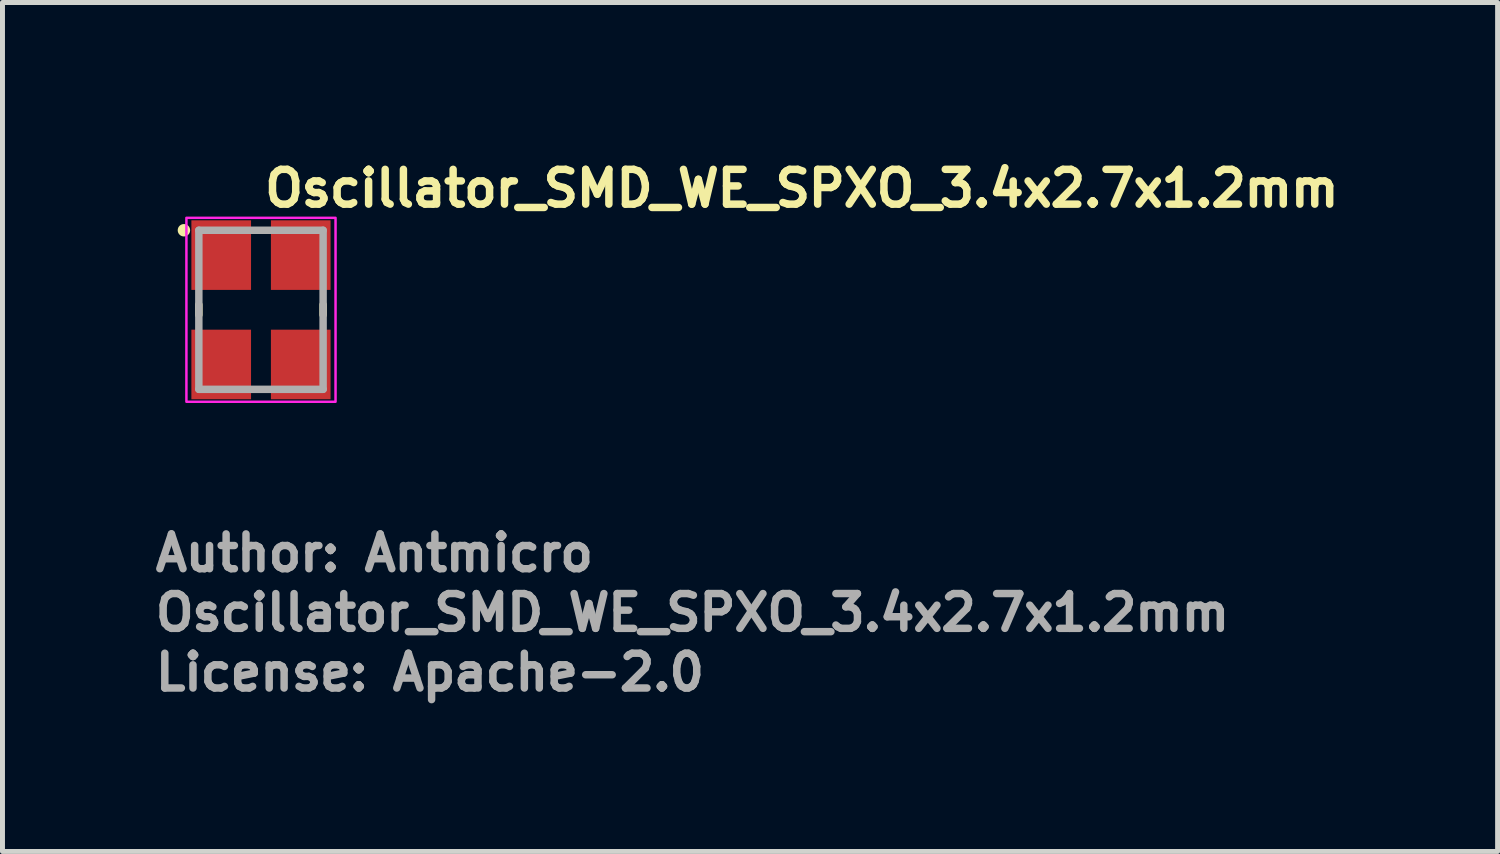
<source format=kicad_pcb>
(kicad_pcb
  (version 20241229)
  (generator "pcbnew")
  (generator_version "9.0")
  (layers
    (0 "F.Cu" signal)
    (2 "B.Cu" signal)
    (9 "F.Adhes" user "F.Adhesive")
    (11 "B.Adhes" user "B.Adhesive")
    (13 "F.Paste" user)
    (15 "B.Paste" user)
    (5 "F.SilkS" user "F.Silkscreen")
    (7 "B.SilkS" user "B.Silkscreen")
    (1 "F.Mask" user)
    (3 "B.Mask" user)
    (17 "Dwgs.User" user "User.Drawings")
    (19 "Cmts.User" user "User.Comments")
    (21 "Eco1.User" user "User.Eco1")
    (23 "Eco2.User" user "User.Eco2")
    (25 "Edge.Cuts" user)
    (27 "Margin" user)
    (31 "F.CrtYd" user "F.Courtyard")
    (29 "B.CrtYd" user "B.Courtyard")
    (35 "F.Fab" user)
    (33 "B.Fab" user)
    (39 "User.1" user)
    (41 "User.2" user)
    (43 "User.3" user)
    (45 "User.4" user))
  (footprint "Oscillator_SMD_WE_SPXO_3.4x2.7x1.2mm"
    (layer "F.Cu")
    (at 2.2 3.182)
    (property "Reference" "Oscillator_SMD_WE_SPXO_3.4x2.7x1.2mm" (at 0 -2.032 0) (unlocked yes) (layer "F.SilkS") (effects (font (size 0.7 0.7) (thickness 0.15)) (justify left bottom)))
    (attr smd)
    (fp_line (start -1.25 -0.102) (end -1.25 0.102) (stroke (width 0.15) (type solid)) (layer "F.SilkS"))
    (fp_line (start 1.25 -0.102) (end 1.25 0.102) (stroke (width 0.15) (type solid)) (layer "F.SilkS"))
    (fp_circle (center -1.55 -1.6) (end -1.5 -1.6) (stroke (width 0.15) (type solid)) (fill yes) (layer "F.SilkS"))
    (fp_rect (start 1.5 -1.85) (end -1.5 1.85) (stroke (width 0.05) (type solid)) (fill no) (layer "F.CrtYd"))
    (fp_line (start -1.25 -1.6) (end -1.25 1.6) (stroke (width 0.15) (type solid)) (layer "F.Fab"))
    (fp_line (start 1.25 -1.6) (end -1.25 -1.6) (stroke (width 0.15) (type solid)) (layer "F.Fab"))
    (fp_line (start 1.25 -1.6) (end 1.25 1.6) (stroke (width 0.15) (type solid)) (layer "F.Fab"))
    (fp_line (start 1.25 1.6) (end -1.25 1.6) (stroke (width 0.15) (type solid)) (layer "F.Fab"))
    (fp_rect (start 1.25 -1.6) (end -1.25 1.6) (stroke (width 0.1) (type solid)) (fill no) (layer "User.5"))
    (fp_line (start -1.25 -1.475) (end -1.25 1.475) (stroke (width 0.02) (type solid)) (layer "User.9"))
    (fp_line (start -1.25 -1.475) (end -1.244 -1.475) (stroke (width 0.02) (type solid)) (layer "User.9"))
    (fp_line (start -1.244 -1.475) (end -1.238 -1.476) (stroke (width 0.02) (type solid)) (layer "User.9"))
    (fp_line (start -1.244 1.475) (end -1.25 1.475) (stroke (width 0.02) (type solid)) (layer "User.9"))
    (fp_line (start -1.238 -1.476) (end -1.232 -1.476) (stroke (width 0.02) (type solid)) (layer "User.9"))
    (fp_line (start -1.238 1.476) (end -1.244 1.475) (stroke (width 0.02) (type solid)) (layer "User.9"))
    (fp_line (start -1.232 -1.476) (end -1.226 -1.477) (stroke (width 0.02) (type solid)) (layer "User.9"))
    (fp_line (start -1.232 1.476) (end -1.238 1.476) (stroke (width 0.02) (type solid)) (layer "User.9"))
    (fp_line (start -1.226 -1.477) (end -1.22 -1.479) (stroke (width 0.02) (type solid)) (layer "User.9"))
    (fp_line (start -1.226 1.477) (end -1.232 1.476) (stroke (width 0.02) (type solid)) (layer "User.9"))
    (fp_line (start -1.22 -1.479) (end -1.214 -1.48) (stroke (width 0.02) (type solid)) (layer "User.9"))
    (fp_line (start -1.22 1.479) (end -1.226 1.477) (stroke (width 0.02) (type solid)) (layer "User.9"))
    (fp_line (start -1.214 -1.48) (end -1.208 -1.482) (stroke (width 0.02) (type solid)) (layer "User.9"))
    (fp_line (start -1.214 1.48) (end -1.22 1.479) (stroke (width 0.02) (type solid)) (layer "User.9"))
    (fp_line (start -1.208 -1.482) (end -1.202 -1.485) (stroke (width 0.02) (type solid)) (layer "User.9"))
    (fp_line (start -1.208 1.482) (end -1.214 1.48) (stroke (width 0.02) (type solid)) (layer "User.9"))
    (fp_line (start -1.202 -1.485) (end -1.197 -1.487) (stroke (width 0.02) (type solid)) (layer "User.9"))
    (fp_line (start -1.202 1.485) (end -1.208 1.482) (stroke (width 0.02) (type solid)) (layer "User.9"))
    (fp_line (start -1.197 -1.487) (end -1.191 -1.49) (stroke (width 0.02) (type solid)) (layer "User.9"))
    (fp_line (start -1.197 1.487) (end -1.202 1.485) (stroke (width 0.02) (type solid)) (layer "User.9"))
    (fp_line (start -1.191 -1.49) (end -1.186 -1.493) (stroke (width 0.02) (type solid)) (layer "User.9"))
    (fp_line (start -1.191 1.49) (end -1.197 1.487) (stroke (width 0.02) (type solid)) (layer "User.9"))
    (fp_line (start -1.186 -1.493) (end -1.181 -1.496) (stroke (width 0.02) (type solid)) (layer "User.9"))
    (fp_line (start -1.186 1.493) (end -1.191 1.49) (stroke (width 0.02) (type solid)) (layer "User.9"))
    (fp_line (start -1.181 -1.496) (end -1.176 -1.5) (stroke (width 0.02) (type solid)) (layer "User.9"))
    (fp_line (start -1.181 1.496) (end -1.186 1.493) (stroke (width 0.02) (type solid)) (layer "User.9"))
    (fp_line (start -1.176 -1.5) (end -1.171 -1.503) (stroke (width 0.02) (type solid)) (layer "User.9"))
    (fp_line (start -1.176 1.5) (end -1.181 1.496) (stroke (width 0.02) (type solid)) (layer "User.9"))
    (fp_line (start -1.171 -1.503) (end -1.166 -1.507) (stroke (width 0.02) (type solid)) (layer "User.9"))
    (fp_line (start -1.171 1.503) (end -1.176 1.5) (stroke (width 0.02) (type solid)) (layer "User.9"))
    (fp_line (start -1.166 -1.507) (end -1.162 -1.512) (stroke (width 0.02) (type solid)) (layer "User.9"))
    (fp_line (start -1.166 1.507) (end -1.171 1.503) (stroke (width 0.02) (type solid)) (layer "User.9"))
    (fp_line (start -1.162 -1.512) (end -1.162 -1.512) (stroke (width 0.02) (type solid)) (layer "User.9"))
    (fp_line (start -1.162 -1.512) (end -1.157 -1.516) (stroke (width 0.02) (type solid)) (layer "User.9"))
    (fp_line (start -1.162 1.512) (end -1.166 1.507) (stroke (width 0.02) (type solid)) (layer "User.9"))
    (fp_line (start -1.162 1.512) (end -1.162 1.512) (stroke (width 0.02) (type solid)) (layer "User.9"))
    (fp_line (start -1.157 -1.516) (end -1.153 -1.521) (stroke (width 0.02) (type solid)) (layer "User.9"))
    (fp_line (start -1.157 1.516) (end -1.162 1.512) (stroke (width 0.02) (type solid)) (layer "User.9"))
    (fp_line (start -1.153 -1.521) (end -1.15 -1.526) (stroke (width 0.02) (type solid)) (layer "User.9"))
    (fp_line (start -1.153 1.521) (end -1.157 1.516) (stroke (width 0.02) (type solid)) (layer "User.9"))
    (fp_line (start -1.15 -1.526) (end -1.146 -1.531) (stroke (width 0.02) (type solid)) (layer "User.9"))
    (fp_line (start -1.15 -1.41) (end -1.15 -1.405) (stroke (width 0.02) (type solid)) (layer "User.9"))
    (fp_line (start -1.15 -1.405) (end -1.15 -1.4) (stroke (width 0.02) (type solid)) (layer "User.9"))
    (fp_line (start -1.15 -1.4) (end -1.15 1.4) (stroke (width 0.02) (type solid)) (layer "User.9"))
    (fp_line (start -1.15 1.4) (end -1.15 1.405) (stroke (width 0.02) (type solid)) (layer "User.9"))
    (fp_line (start -1.15 1.405) (end -1.15 1.41) (stroke (width 0.02) (type solid)) (layer "User.9"))
    (fp_line (start -1.15 1.41) (end -1.149 1.415) (stroke (width 0.02) (type solid)) (layer "User.9"))
    (fp_line (start -1.15 1.526) (end -1.153 1.521) (stroke (width 0.02) (type solid)) (layer "User.9"))
    (fp_line (start -1.149 -1.415) (end -1.15 -1.41) (stroke (width 0.02) (type solid)) (layer "User.9"))
    (fp_line (start -1.149 1.415) (end -1.148 1.42) (stroke (width 0.02) (type solid)) (layer "User.9"))
    (fp_line (start -1.148 -1.42) (end -1.149 -1.415) (stroke (width 0.02) (type solid)) (layer "User.9"))
    (fp_line (start -1.148 1.42) (end -1.147 1.424) (stroke (width 0.02) (type solid)) (layer "User.9"))
    (fp_line (start -1.147 -1.424) (end -1.148 -1.42) (stroke (width 0.02) (type solid)) (layer "User.9"))
    (fp_line (start -1.147 1.424) (end -1.146 1.429) (stroke (width 0.02) (type solid)) (layer "User.9"))
    (fp_line (start -1.146 -1.531) (end -1.143 -1.536) (stroke (width 0.02) (type solid)) (layer "User.9"))
    (fp_line (start -1.146 -1.429) (end -1.147 -1.424) (stroke (width 0.02) (type solid)) (layer "User.9"))
    (fp_line (start -1.146 1.429) (end -1.144 1.434) (stroke (width 0.02) (type solid)) (layer "User.9"))
    (fp_line (start -1.146 1.531) (end -1.15 1.526) (stroke (width 0.02) (type solid)) (layer "User.9"))
    (fp_line (start -1.144 -1.434) (end -1.146 -1.429) (stroke (width 0.02) (type solid)) (layer "User.9"))
    (fp_line (start -1.144 1.434) (end -1.142 1.438) (stroke (width 0.02) (type solid)) (layer "User.9"))
    (fp_line (start -1.143 -1.536) (end -1.14 -1.541) (stroke (width 0.02) (type solid)) (layer "User.9"))
    (fp_line (start -1.143 1.536) (end -1.146 1.531) (stroke (width 0.02) (type solid)) (layer "User.9"))
    (fp_line (start -1.142 -1.438) (end -1.144 -1.434) (stroke (width 0.02) (type solid)) (layer "User.9"))
    (fp_line (start -1.142 1.438) (end -1.14 1.443) (stroke (width 0.02) (type solid)) (layer "User.9"))
    (fp_line (start -1.14 -1.541) (end -1.137 -1.547) (stroke (width 0.02) (type solid)) (layer "User.9"))
    (fp_line (start -1.14 -1.443) (end -1.142 -1.438) (stroke (width 0.02) (type solid)) (layer "User.9"))
    (fp_line (start -1.14 1.443) (end -1.138 1.447) (stroke (width 0.02) (type solid)) (layer "User.9"))
    (fp_line (start -1.14 1.541) (end -1.143 1.536) (stroke (width 0.02) (type solid)) (layer "User.9"))
    (fp_line (start -1.138 -1.447) (end -1.14 -1.443) (stroke (width 0.02) (type solid)) (layer "User.9"))
    (fp_line (start -1.138 1.447) (end -1.136 1.451) (stroke (width 0.02) (type solid)) (layer "User.9"))
    (fp_line (start -1.137 -1.547) (end -1.135 -1.552) (stroke (width 0.02) (type solid)) (layer "User.9"))
    (fp_line (start -1.137 1.547) (end -1.14 1.541) (stroke (width 0.02) (type solid)) (layer "User.9"))
    (fp_line (start -1.136 -1.451) (end -1.138 -1.447) (stroke (width 0.02) (type solid)) (layer "User.9"))
    (fp_line (start -1.136 1.451) (end -1.133 1.455) (stroke (width 0.02) (type solid)) (layer "User.9"))
    (fp_line (start -1.135 -1.552) (end -1.132 -1.558) (stroke (width 0.02) (type solid)) (layer "User.9"))
    (fp_line (start -1.135 1.552) (end -1.137 1.547) (stroke (width 0.02) (type solid)) (layer "User.9"))
    (fp_line (start -1.133 -1.455) (end -1.136 -1.451) (stroke (width 0.02) (type solid)) (layer "User.9"))
    (fp_line (start -1.133 1.455) (end -1.13 1.459) (stroke (width 0.02) (type solid)) (layer "User.9"))
    (fp_line (start -1.132 -1.558) (end -1.13 -1.564) (stroke (width 0.02) (type solid)) (layer "User.9"))
    (fp_line (start -1.132 1.558) (end -1.135 1.552) (stroke (width 0.02) (type solid)) (layer "User.9"))
    (fp_line (start -1.13 -1.564) (end -1.129 -1.57) (stroke (width 0.02) (type solid)) (layer "User.9"))
    (fp_line (start -1.13 -1.459) (end -1.133 -1.455) (stroke (width 0.02) (type solid)) (layer "User.9"))
    (fp_line (start -1.13 1.459) (end -1.127 1.463) (stroke (width 0.02) (type solid)) (layer "User.9"))
    (fp_line (start -1.13 1.564) (end -1.132 1.558) (stroke (width 0.02) (type solid)) (layer "User.9"))
    (fp_line (start -1.129 -1.57) (end -1.127 -1.575) (stroke (width 0.02) (type solid)) (layer "User.9"))
    (fp_line (start -1.129 1.57) (end -1.13 1.564) (stroke (width 0.02) (type solid)) (layer "User.9"))
    (fp_line (start -1.127 -1.575) (end -1.126 -1.582) (stroke (width 0.02) (type solid)) (layer "User.9"))
    (fp_line (start -1.127 -1.463) (end -1.13 -1.459) (stroke (width 0.02) (type solid)) (layer "User.9"))
    (fp_line (start -1.127 1.463) (end -1.124 1.467) (stroke (width 0.02) (type solid)) (layer "User.9"))
    (fp_line (start -1.127 1.575) (end -1.129 1.57) (stroke (width 0.02) (type solid)) (layer "User.9"))
    (fp_line (start -1.126 -1.588) (end -1.125 -1.594) (stroke (width 0.02) (type solid)) (layer "User.9"))
    (fp_line (start -1.126 -1.582) (end -1.126 -1.588) (stroke (width 0.02) (type solid)) (layer "User.9"))
    (fp_line (start -1.126 1.582) (end -1.127 1.575) (stroke (width 0.02) (type solid)) (layer "User.9"))
    (fp_line (start -1.126 1.588) (end -1.126 1.582) (stroke (width 0.02) (type solid)) (layer "User.9"))
    (fp_line (start -1.125 -1.6) (end -0.55 -1.6) (stroke (width 0.02) (type solid)) (layer "User.9"))
    (fp_line (start -1.125 -1.594) (end -1.125 -1.6) (stroke (width 0.02) (type solid)) (layer "User.9"))
    (fp_line (start -1.125 1.594) (end -1.126 1.588) (stroke (width 0.02) (type solid)) (layer "User.9"))
    (fp_line (start -1.125 1.6) (end -1.125 1.594) (stroke (width 0.02) (type solid)) (layer "User.9"))
    (fp_line (start -1.125 1.6) (end -0.55 1.6) (stroke (width 0.02) (type solid)) (layer "User.9"))
    (fp_line (start -1.124 -1.467) (end -1.127 -1.463) (stroke (width 0.02) (type solid)) (layer "User.9"))
    (fp_line (start -1.124 1.467) (end -1.121 1.471) (stroke (width 0.02) (type solid)) (layer "User.9"))
    (fp_line (start -1.121 -1.471) (end -1.124 -1.467) (stroke (width 0.02) (type solid)) (layer "User.9"))
    (fp_line (start -1.121 -1.471) (end -1.121 -1.471) (stroke (width 0.02) (type solid)) (layer "User.9"))
    (fp_line (start -1.121 1.471) (end -1.121 1.471) (stroke (width 0.02) (type solid)) (layer "User.9"))
    (fp_line (start -1.121 1.471) (end -1.117 1.474) (stroke (width 0.02) (type solid)) (layer "User.9"))
    (fp_line (start -1.117 -1.474) (end -1.121 -1.471) (stroke (width 0.02) (type solid)) (layer "User.9"))
    (fp_line (start -1.117 1.474) (end -1.113 1.477) (stroke (width 0.02) (type solid)) (layer "User.9"))
    (fp_line (start -1.113 -1.477) (end -1.117 -1.474) (stroke (width 0.02) (type solid)) (layer "User.9"))
    (fp_line (start -1.113 1.477) (end -1.109 1.48) (stroke (width 0.02) (type solid)) (layer "User.9"))
    (fp_line (start -1.109 -1.48) (end -1.113 -1.477) (stroke (width 0.02) (type solid)) (layer "User.9"))
    (fp_line (start -1.109 1.48) (end -1.105 1.483) (stroke (width 0.02) (type solid)) (layer "User.9"))
    (fp_line (start -1.105 -1.483) (end -1.109 -1.48) (stroke (width 0.02) (type solid)) (layer "User.9"))
    (fp_line (start -1.105 1.483) (end -1.101 1.486) (stroke (width 0.02) (type solid)) (layer "User.9"))
    (fp_line (start -1.101 -1.486) (end -1.105 -1.483) (stroke (width 0.02) (type solid)) (layer "User.9"))
    (fp_line (start -1.101 1.486) (end -1.097 1.488) (stroke (width 0.02) (type solid)) (layer "User.9"))
    (fp_line (start -1.1 -1.405) (end -1.1 -1.402) (stroke (width 0.02) (type solid)) (layer "User.9"))
    (fp_line (start -1.1 -1.402) (end -1.1 -1.4) (stroke (width 0.02) (type solid)) (layer "User.9"))
    (fp_line (start -1.1 -1.4) (end -1.1 1.4) (stroke (width 0.02) (type solid)) (layer "User.9"))
    (fp_line (start -1.1 1.4) (end -1.1 1.402) (stroke (width 0.02) (type solid)) (layer "User.9"))
    (fp_line (start -1.1 1.402) (end -1.1 1.405) (stroke (width 0.02) (type solid)) (layer "User.9"))
    (fp_line (start -1.1 1.405) (end -1.099 1.407) (stroke (width 0.02) (type solid)) (layer "User.9"))
    (fp_line (start -1.099 -1.41) (end -1.099 -1.407) (stroke (width 0.02) (type solid)) (layer "User.9"))
    (fp_line (start -1.099 -1.407) (end -1.1 -1.405) (stroke (width 0.02) (type solid)) (layer "User.9"))
    (fp_line (start -1.099 1.407) (end -1.099 1.41) (stroke (width 0.02) (type solid)) (layer "User.9"))
    (fp_line (start -1.099 1.41) (end -1.098 1.412) (stroke (width 0.02) (type solid)) (layer "User.9"))
    (fp_line (start -1.098 -1.415) (end -1.098 -1.412) (stroke (width 0.02) (type solid)) (layer "User.9"))
    (fp_line (start -1.098 -1.412) (end -1.099 -1.41) (stroke (width 0.02) (type solid)) (layer "User.9"))
    (fp_line (start -1.098 1.412) (end -1.098 1.415) (stroke (width 0.02) (type solid)) (layer "User.9"))
    (fp_line (start -1.098 1.415) (end -1.097 1.417) (stroke (width 0.02) (type solid)) (layer "User.9"))
    (fp_line (start -1.097 -1.488) (end -1.101 -1.486) (stroke (width 0.02) (type solid)) (layer "User.9"))
    (fp_line (start -1.097 -1.417) (end -1.098 -1.415) (stroke (width 0.02) (type solid)) (layer "User.9"))
    (fp_line (start -1.097 1.417) (end -1.096 1.419) (stroke (width 0.02) (type solid)) (layer "User.9"))
    (fp_line (start -1.097 1.488) (end -1.093 1.49) (stroke (width 0.02) (type solid)) (layer "User.9"))
    (fp_line (start -1.096 -1.419) (end -1.097 -1.417) (stroke (width 0.02) (type solid)) (layer "User.9"))
    (fp_line (start -1.096 1.419) (end -1.095 1.421) (stroke (width 0.02) (type solid)) (layer "User.9"))
    (fp_line (start -1.095 -1.421) (end -1.096 -1.419) (stroke (width 0.02) (type solid)) (layer "User.9"))
    (fp_line (start -1.095 1.421) (end -1.094 1.424) (stroke (width 0.02) (type solid)) (layer "User.9"))
    (fp_line (start -1.094 -1.424) (end -1.095 -1.421) (stroke (width 0.02) (type solid)) (layer "User.9"))
    (fp_line (start -1.094 1.424) (end -1.093 1.426) (stroke (width 0.02) (type solid)) (layer "User.9"))
    (fp_line (start -1.093 -1.49) (end -1.097 -1.488) (stroke (width 0.02) (type solid)) (layer "User.9"))
    (fp_line (start -1.093 -1.426) (end -1.094 -1.424) (stroke (width 0.02) (type solid)) (layer "User.9"))
    (fp_line (start -1.093 1.426) (end -1.092 1.428) (stroke (width 0.02) (type solid)) (layer "User.9"))
    (fp_line (start -1.093 1.49) (end -1.088 1.492) (stroke (width 0.02) (type solid)) (layer "User.9"))
    (fp_line (start -1.092 -1.428) (end -1.093 -1.426) (stroke (width 0.02) (type solid)) (layer "User.9"))
    (fp_line (start -1.092 1.428) (end -1.09 1.43) (stroke (width 0.02) (type solid)) (layer "User.9"))
    (fp_line (start -1.09 -1.43) (end -1.092 -1.428) (stroke (width 0.02) (type solid)) (layer "User.9"))
    (fp_line (start -1.09 1.43) (end -1.089 1.432) (stroke (width 0.02) (type solid)) (layer "User.9"))
    (fp_line (start -1.089 -1.432) (end -1.09 -1.43) (stroke (width 0.02) (type solid)) (layer "User.9"))
    (fp_line (start -1.089 1.432) (end -1.087 1.434) (stroke (width 0.02) (type solid)) (layer "User.9"))
    (fp_line (start -1.088 -1.492) (end -1.093 -1.49) (stroke (width 0.02) (type solid)) (layer "User.9"))
    (fp_line (start -1.088 1.492) (end -1.084 1.494) (stroke (width 0.02) (type solid)) (layer "User.9"))
    (fp_line (start -1.087 -1.434) (end -1.089 -1.432) (stroke (width 0.02) (type solid)) (layer "User.9"))
    (fp_line (start -1.087 1.434) (end -1.085 1.435) (stroke (width 0.02) (type solid)) (layer "User.9"))
    (fp_line (start -1.085 -1.435) (end -1.087 -1.434) (stroke (width 0.02) (type solid)) (layer "User.9"))
    (fp_line (start -1.085 -1.435) (end -1.085 -1.435) (stroke (width 0.02) (type solid)) (layer "User.9"))
    (fp_line (start -1.085 1.435) (end -1.085 1.435) (stroke (width 0.02) (type solid)) (layer "User.9"))
    (fp_line (start -1.085 1.435) (end -1.084 1.437) (stroke (width 0.02) (type solid)) (layer "User.9"))
    (fp_line (start -1.084 -1.494) (end -1.088 -1.492) (stroke (width 0.02) (type solid)) (layer "User.9"))
    (fp_line (start -1.084 -1.437) (end -1.085 -1.435) (stroke (width 0.02) (type solid)) (layer "User.9"))
    (fp_line (start -1.084 1.437) (end -1.082 1.439) (stroke (width 0.02) (type solid)) (layer "User.9"))
    (fp_line (start -1.084 1.494) (end -1.079 1.496) (stroke (width 0.02) (type solid)) (layer "User.9"))
    (fp_line (start -1.082 -1.439) (end -1.084 -1.437) (stroke (width 0.02) (type solid)) (layer "User.9"))
    (fp_line (start -1.082 1.439) (end -1.08 1.44) (stroke (width 0.02) (type solid)) (layer "User.9"))
    (fp_line (start -1.08 -1.44) (end -1.082 -1.439) (stroke (width 0.02) (type solid)) (layer "User.9"))
    (fp_line (start -1.08 1.44) (end -1.078 1.442) (stroke (width 0.02) (type solid)) (layer "User.9"))
    (fp_line (start -1.079 -1.496) (end -1.084 -1.494) (stroke (width 0.02) (type solid)) (layer "User.9"))
    (fp_line (start -1.079 1.496) (end -1.074 1.497) (stroke (width 0.02) (type solid)) (layer "User.9"))
    (fp_line (start -1.078 -1.442) (end -1.08 -1.44) (stroke (width 0.02) (type solid)) (layer "User.9"))
    (fp_line (start -1.078 1.442) (end -1.076 1.443) (stroke (width 0.02) (type solid)) (layer "User.9"))
    (fp_line (start -1.076 -1.443) (end -1.078 -1.442) (stroke (width 0.02) (type solid)) (layer "User.9"))
    (fp_line (start -1.076 1.443) (end -1.074 1.444) (stroke (width 0.02) (type solid)) (layer "User.9"))
    (fp_line (start -1.074 -1.497) (end -1.079 -1.496) (stroke (width 0.02) (type solid)) (layer "User.9"))
    (fp_line (start -1.074 -1.444) (end -1.076 -1.443) (stroke (width 0.02) (type solid)) (layer "User.9"))
    (fp_line (start -1.074 1.444) (end -1.071 1.445) (stroke (width 0.02) (type solid)) (layer "User.9"))
    (fp_line (start -1.074 1.497) (end -1.07 1.498) (stroke (width 0.02) (type solid)) (layer "User.9"))
    (fp_line (start -1.071 -1.445) (end -1.074 -1.444) (stroke (width 0.02) (type solid)) (layer "User.9"))
    (fp_line (start -1.071 1.445) (end -1.069 1.446) (stroke (width 0.02) (type solid)) (layer "User.9"))
    (fp_line (start -1.07 -1.498) (end -1.074 -1.497) (stroke (width 0.02) (type solid)) (layer "User.9"))
    (fp_line (start -1.07 1.498) (end -1.065 1.499) (stroke (width 0.02) (type solid)) (layer "User.9"))
    (fp_line (start -1.069 -1.446) (end -1.071 -1.445) (stroke (width 0.02) (type solid)) (layer "User.9"))
    (fp_line (start -1.069 1.446) (end -1.067 1.447) (stroke (width 0.02) (type solid)) (layer "User.9"))
    (fp_line (start -1.067 -1.447) (end -1.069 -1.446) (stroke (width 0.02) (type solid)) (layer "User.9"))
    (fp_line (start -1.067 1.447) (end -1.065 1.448) (stroke (width 0.02) (type solid)) (layer "User.9"))
    (fp_line (start -1.065 -1.499) (end -1.07 -1.498) (stroke (width 0.02) (type solid)) (layer "User.9"))
    (fp_line (start -1.065 -1.448) (end -1.067 -1.447) (stroke (width 0.02) (type solid)) (layer "User.9"))
    (fp_line (start -1.065 1.448) (end -1.062 1.448) (stroke (width 0.02) (type solid)) (layer "User.9"))
    (fp_line (start -1.065 1.499) (end -1.06 1.5) (stroke (width 0.02) (type solid)) (layer "User.9"))
    (fp_line (start -1.062 -1.448) (end -1.065 -1.448) (stroke (width 0.02) (type solid)) (layer "User.9"))
    (fp_line (start -1.062 1.448) (end -1.06 1.449) (stroke (width 0.02) (type solid)) (layer "User.9"))
    (fp_line (start -1.06 -1.5) (end -1.065 -1.499) (stroke (width 0.02) (type solid)) (layer "User.9"))
    (fp_line (start -1.06 -1.449) (end -1.062 -1.448) (stroke (width 0.02) (type solid)) (layer "User.9"))
    (fp_line (start -1.06 1.449) (end -1.057 1.449) (stroke (width 0.02) (type solid)) (layer "User.9"))
    (fp_line (start -1.06 1.5) (end -1.055 1.5) (stroke (width 0.02) (type solid)) (layer "User.9"))
    (fp_line (start -1.057 -1.449) (end -1.06 -1.449) (stroke (width 0.02) (type solid)) (layer "User.9"))
    (fp_line (start -1.057 1.449) (end -1.055 1.45) (stroke (width 0.02) (type solid)) (layer "User.9"))
    (fp_line (start -1.055 -1.5) (end -1.06 -1.5) (stroke (width 0.02) (type solid)) (layer "User.9"))
    (fp_line (start -1.055 -1.45) (end -1.057 -1.449) (stroke (width 0.02) (type solid)) (layer "User.9"))
    (fp_line (start -1.055 1.45) (end -1.052 1.45) (stroke (width 0.02) (type solid)) (layer "User.9"))
    (fp_line (start -1.055 1.5) (end -1.05 1.5) (stroke (width 0.02) (type solid)) (layer "User.9"))
    (fp_line (start -1.052 -1.45) (end -1.055 -1.45) (stroke (width 0.02) (type solid)) (layer "User.9"))
    (fp_line (start -1.052 1.45) (end -1.05 1.45) (stroke (width 0.02) (type solid)) (layer "User.9"))
    (fp_line (start -1.05 -1.5) (end -1.055 -1.5) (stroke (width 0.02) (type solid)) (layer "User.9"))
    (fp_line (start -1.05 -1.45) (end -1.052 -1.45) (stroke (width 0.02) (type solid)) (layer "User.9"))
    (fp_line (start -1.05 1.45) (end 1.05 1.45) (stroke (width 0.02) (type solid)) (layer "User.9"))
    (fp_line (start -1.05 1.5) (end 1.05 1.5) (stroke (width 0.02) (type solid)) (layer "User.9"))
    (fp_line (start -0.55 -1.6) (end -0.49 -1.54) (stroke (width 0.02) (type solid)) (layer "User.9"))
    (fp_line (start -0.49 -1.54) (end -0.31 -1.54) (stroke (width 0.02) (type solid)) (layer "User.9"))
    (fp_line (start -0.49 1.54) (end -0.55 1.6) (stroke (width 0.02) (type solid)) (layer "User.9"))
    (fp_line (start -0.31 -1.54) (end -0.25 -1.6) (stroke (width 0.02) (type solid)) (layer "User.9"))
    (fp_line (start -0.31 1.54) (end -0.49 1.54) (stroke (width 0.02) (type solid)) (layer "User.9"))
    (fp_line (start -0.25 -1.6) (end 0.25 -1.6) (stroke (width 0.02) (type solid)) (layer "User.9"))
    (fp_line (start -0.25 1.6) (end -0.31 1.54) (stroke (width 0.02) (type solid)) (layer "User.9"))
    (fp_line (start -0.25 1.6) (end 0.25 1.6) (stroke (width 0.02) (type solid)) (layer "User.9"))
    (fp_line (start 0.25 -1.6) (end 0.31 -1.54) (stroke (width 0.02) (type solid)) (layer "User.9"))
    (fp_line (start 0.31 -1.54) (end 0.49 -1.54) (stroke (width 0.02) (type solid)) (layer "User.9"))
    (fp_line (start 0.31 1.54) (end 0.25 1.6) (stroke (width 0.02) (type solid)) (layer "User.9"))
    (fp_line (start 0.49 -1.54) (end 0.55 -1.6) (stroke (width 0.02) (type solid)) (layer "User.9"))
    (fp_line (start 0.49 1.54) (end 0.31 1.54) (stroke (width 0.02) (type solid)) (layer "User.9"))
    (fp_line (start 0.55 -1.6) (end 1.125 -1.6) (stroke (width 0.02) (type solid)) (layer "User.9"))
    (fp_line (start 0.55 1.6) (end 0.49 1.54) (stroke (width 0.02) (type solid)) (layer "User.9"))
    (fp_line (start 0.55 1.6) (end 1.125 1.6) (stroke (width 0.02) (type solid)) (layer "User.9"))
    (fp_line (start 1.05 -1.5) (end -1.05 -1.5) (stroke (width 0.02) (type solid)) (layer "User.9"))
    (fp_line (start 1.05 -1.45) (end -1.05 -1.45) (stroke (width 0.02) (type solid)) (layer "User.9"))
    (fp_line (start 1.05 1.45) (end 1.052 1.45) (stroke (width 0.02) (type solid)) (layer "User.9"))
    (fp_line (start 1.05 1.5) (end 1.055 1.5) (stroke (width 0.02) (type solid)) (layer "User.9"))
    (fp_line (start 1.052 -1.45) (end 1.05 -1.45) (stroke (width 0.02) (type solid)) (layer "User.9"))
    (fp_line (start 1.052 1.45) (end 1.055 1.45) (stroke (width 0.02) (type solid)) (layer "User.9"))
    (fp_line (start 1.055 -1.5) (end 1.05 -1.5) (stroke (width 0.02) (type solid)) (layer "User.9"))
    (fp_line (start 1.055 -1.45) (end 1.052 -1.45) (stroke (width 0.02) (type solid)) (layer "User.9"))
    (fp_line (start 1.055 1.45) (end 1.057 1.449) (stroke (width 0.02) (type solid)) (layer "User.9"))
    (fp_line (start 1.055 1.5) (end 1.06 1.5) (stroke (width 0.02) (type solid)) (layer "User.9"))
    (fp_line (start 1.057 -1.449) (end 1.055 -1.45) (stroke (width 0.02) (type solid)) (layer "User.9"))
    (fp_line (start 1.057 1.449) (end 1.06 1.449) (stroke (width 0.02) (type solid)) (layer "User.9"))
    (fp_line (start 1.06 -1.5) (end 1.055 -1.5) (stroke (width 0.02) (type solid)) (layer "User.9"))
    (fp_line (start 1.06 -1.449) (end 1.057 -1.449) (stroke (width 0.02) (type solid)) (layer "User.9"))
    (fp_line (start 1.06 1.449) (end 1.062 1.448) (stroke (width 0.02) (type solid)) (layer "User.9"))
    (fp_line (start 1.06 1.5) (end 1.065 1.499) (stroke (width 0.02) (type solid)) (layer "User.9"))
    (fp_line (start 1.062 -1.448) (end 1.06 -1.449) (stroke (width 0.02) (type solid)) (layer "User.9"))
    (fp_line (start 1.062 1.448) (end 1.065 1.448) (stroke (width 0.02) (type solid)) (layer "User.9"))
    (fp_line (start 1.065 -1.499) (end 1.06 -1.5) (stroke (width 0.02) (type solid)) (layer "User.9"))
    (fp_line (start 1.065 -1.448) (end 1.062 -1.448) (stroke (width 0.02) (type solid)) (layer "User.9"))
    (fp_line (start 1.065 1.448) (end 1.067 1.447) (stroke (width 0.02) (type solid)) (layer "User.9"))
    (fp_line (start 1.065 1.499) (end 1.07 1.498) (stroke (width 0.02) (type solid)) (layer "User.9"))
    (fp_line (start 1.067 -1.447) (end 1.065 -1.448) (stroke (width 0.02) (type solid)) (layer "User.9"))
    (fp_line (start 1.067 1.447) (end 1.069 1.446) (stroke (width 0.02) (type solid)) (layer "User.9"))
    (fp_line (start 1.069 -1.446) (end 1.067 -1.447) (stroke (width 0.02) (type solid)) (layer "User.9"))
    (fp_line (start 1.069 1.446) (end 1.071 1.445) (stroke (width 0.02) (type solid)) (layer "User.9"))
    (fp_line (start 1.07 -1.498) (end 1.065 -1.499) (stroke (width 0.02) (type solid)) (layer "User.9"))
    (fp_line (start 1.07 1.498) (end 1.074 1.497) (stroke (width 0.02) (type solid)) (layer "User.9"))
    (fp_line (start 1.071 -1.445) (end 1.069 -1.446) (stroke (width 0.02) (type solid)) (layer "User.9"))
    (fp_line (start 1.071 1.445) (end 1.074 1.444) (stroke (width 0.02) (type solid)) (layer "User.9"))
    (fp_line (start 1.074 -1.497) (end 1.07 -1.498) (stroke (width 0.02) (type solid)) (layer "User.9"))
    (fp_line (start 1.074 -1.444) (end 1.071 -1.445) (stroke (width 0.02) (type solid)) (layer "User.9"))
    (fp_line (start 1.074 1.444) (end 1.076 1.443) (stroke (width 0.02) (type solid)) (layer "User.9"))
    (fp_line (start 1.074 1.497) (end 1.079 1.496) (stroke (width 0.02) (type solid)) (layer "User.9"))
    (fp_line (start 1.076 -1.443) (end 1.074 -1.444) (stroke (width 0.02) (type solid)) (layer "User.9"))
    (fp_line (start 1.076 1.443) (end 1.078 1.442) (stroke (width 0.02) (type solid)) (layer "User.9"))
    (fp_line (start 1.078 -1.442) (end 1.076 -1.443) (stroke (width 0.02) (type solid)) (layer "User.9"))
    (fp_line (start 1.078 1.442) (end 1.08 1.44) (stroke (width 0.02) (type solid)) (layer "User.9"))
    (fp_line (start 1.079 -1.496) (end 1.074 -1.497) (stroke (width 0.02) (type solid)) (layer "User.9"))
    (fp_line (start 1.079 1.496) (end 1.084 1.494) (stroke (width 0.02) (type solid)) (layer "User.9"))
    (fp_line (start 1.08 -1.44) (end 1.078 -1.442) (stroke (width 0.02) (type solid)) (layer "User.9"))
    (fp_line (start 1.08 1.44) (end 1.082 1.439) (stroke (width 0.02) (type solid)) (layer "User.9"))
    (fp_line (start 1.082 -1.439) (end 1.08 -1.44) (stroke (width 0.02) (type solid)) (layer "User.9"))
    (fp_line (start 1.082 1.439) (end 1.084 1.437) (stroke (width 0.02) (type solid)) (layer "User.9"))
    (fp_line (start 1.084 -1.494) (end 1.079 -1.496) (stroke (width 0.02) (type solid)) (layer "User.9"))
    (fp_line (start 1.084 -1.437) (end 1.082 -1.439) (stroke (width 0.02) (type solid)) (layer "User.9"))
    (fp_line (start 1.084 1.437) (end 1.085 1.435) (stroke (width 0.02) (type solid)) (layer "User.9"))
    (fp_line (start 1.084 1.494) (end 1.088 1.492) (stroke (width 0.02) (type solid)) (layer "User.9"))
    (fp_line (start 1.085 -1.435) (end 1.084 -1.437) (stroke (width 0.02) (type solid)) (layer "User.9"))
    (fp_line (start 1.085 -1.435) (end 1.085 -1.435) (stroke (width 0.02) (type solid)) (layer "User.9"))
    (fp_line (start 1.085 1.435) (end 1.085 1.435) (stroke (width 0.02) (type solid)) (layer "User.9"))
    (fp_line (start 1.085 1.435) (end 1.087 1.434) (stroke (width 0.02) (type solid)) (layer "User.9"))
    (fp_line (start 1.087 -1.434) (end 1.085 -1.435) (stroke (width 0.02) (type solid)) (layer "User.9"))
    (fp_line (start 1.087 1.434) (end 1.089 1.432) (stroke (width 0.02) (type solid)) (layer "User.9"))
    (fp_line (start 1.088 -1.492) (end 1.084 -1.494) (stroke (width 0.02) (type solid)) (layer "User.9"))
    (fp_line (start 1.088 1.492) (end 1.093 1.49) (stroke (width 0.02) (type solid)) (layer "User.9"))
    (fp_line (start 1.089 -1.432) (end 1.087 -1.434) (stroke (width 0.02) (type solid)) (layer "User.9"))
    (fp_line (start 1.089 1.432) (end 1.09 1.43) (stroke (width 0.02) (type solid)) (layer "User.9"))
    (fp_line (start 1.09 -1.43) (end 1.089 -1.432) (stroke (width 0.02) (type solid)) (layer "User.9"))
    (fp_line (start 1.09 1.43) (end 1.092 1.428) (stroke (width 0.02) (type solid)) (layer "User.9"))
    (fp_line (start 1.092 -1.428) (end 1.09 -1.43) (stroke (width 0.02) (type solid)) (layer "User.9"))
    (fp_line (start 1.092 1.428) (end 1.093 1.426) (stroke (width 0.02) (type solid)) (layer "User.9"))
    (fp_line (start 1.093 -1.49) (end 1.088 -1.492) (stroke (width 0.02) (type solid)) (layer "User.9"))
    (fp_line (start 1.093 -1.426) (end 1.092 -1.428) (stroke (width 0.02) (type solid)) (layer "User.9"))
    (fp_line (start 1.093 1.426) (end 1.094 1.424) (stroke (width 0.02) (type solid)) (layer "User.9"))
    (fp_line (start 1.093 1.49) (end 1.097 1.488) (stroke (width 0.02) (type solid)) (layer "User.9"))
    (fp_line (start 1.094 -1.424) (end 1.093 -1.426) (stroke (width 0.02) (type solid)) (layer "User.9"))
    (fp_line (start 1.094 1.424) (end 1.095 1.421) (stroke (width 0.02) (type solid)) (layer "User.9"))
    (fp_line (start 1.095 -1.421) (end 1.094 -1.424) (stroke (width 0.02) (type solid)) (layer "User.9"))
    (fp_line (start 1.095 1.421) (end 1.096 1.419) (stroke (width 0.02) (type solid)) (layer "User.9"))
    (fp_line (start 1.096 -1.419) (end 1.095 -1.421) (stroke (width 0.02) (type solid)) (layer "User.9"))
    (fp_line (start 1.096 1.419) (end 1.097 1.417) (stroke (width 0.02) (type solid)) (layer "User.9"))
    (fp_line (start 1.097 -1.488) (end 1.093 -1.49) (stroke (width 0.02) (type solid)) (layer "User.9"))
    (fp_line (start 1.097 -1.417) (end 1.096 -1.419) (stroke (width 0.02) (type solid)) (layer "User.9"))
    (fp_line (start 1.097 1.417) (end 1.098 1.415) (stroke (width 0.02) (type solid)) (layer "User.9"))
    (fp_line (start 1.097 1.488) (end 1.101 1.486) (stroke (width 0.02) (type solid)) (layer "User.9"))
    (fp_line (start 1.098 -1.415) (end 1.097 -1.417) (stroke (width 0.02) (type solid)) (layer "User.9"))
    (fp_line (start 1.098 -1.412) (end 1.098 -1.415) (stroke (width 0.02) (type solid)) (layer "User.9"))
    (fp_line (start 1.098 1.412) (end 1.099 1.41) (stroke (width 0.02) (type solid)) (layer "User.9"))
    (fp_line (start 1.098 1.415) (end 1.098 1.412) (stroke (width 0.02) (type solid)) (layer "User.9"))
    (fp_line (start 1.099 -1.41) (end 1.098 -1.412) (stroke (width 0.02) (type solid)) (layer "User.9"))
    (fp_line (start 1.099 -1.407) (end 1.099 -1.41) (stroke (width 0.02) (type solid)) (layer "User.9"))
    (fp_line (start 1.099 1.407) (end 1.1 1.405) (stroke (width 0.02) (type solid)) (layer "User.9"))
    (fp_line (start 1.099 1.41) (end 1.099 1.407) (stroke (width 0.02) (type solid)) (layer "User.9"))
    (fp_line (start 1.1 -1.405) (end 1.099 -1.407) (stroke (width 0.02) (type solid)) (layer "User.9"))
    (fp_line (start 1.1 -1.402) (end 1.1 -1.405) (stroke (width 0.02) (type solid)) (layer "User.9"))
    (fp_line (start 1.1 -1.4) (end 1.1 -1.402) (stroke (width 0.02) (type solid)) (layer "User.9"))
    (fp_line (start 1.1 1.4) (end 1.1 -1.4) (stroke (width 0.02) (type solid)) (layer "User.9"))
    (fp_line (start 1.1 1.402) (end 1.1 1.4) (stroke (width 0.02) (type solid)) (layer "User.9"))
    (fp_line (start 1.1 1.405) (end 1.1 1.402) (stroke (width 0.02) (type solid)) (layer "User.9"))
    (fp_line (start 1.101 -1.486) (end 1.097 -1.488) (stroke (width 0.02) (type solid)) (layer "User.9"))
    (fp_line (start 1.101 1.486) (end 1.105 1.483) (stroke (width 0.02) (type solid)) (layer "User.9"))
    (fp_line (start 1.105 -1.483) (end 1.101 -1.486) (stroke (width 0.02) (type solid)) (layer "User.9"))
    (fp_line (start 1.105 1.483) (end 1.109 1.48) (stroke (width 0.02) (type solid)) (layer "User.9"))
    (fp_line (start 1.109 -1.48) (end 1.105 -1.483) (stroke (width 0.02) (type solid)) (layer "User.9"))
    (fp_line (start 1.109 1.48) (end 1.113 1.477) (stroke (width 0.02) (type solid)) (layer "User.9"))
    (fp_line (start 1.113 -1.477) (end 1.109 -1.48) (stroke (width 0.02) (type solid)) (layer "User.9"))
    (fp_line (start 1.113 1.477) (end 1.117 1.474) (stroke (width 0.02) (type solid)) (layer "User.9"))
    (fp_line (start 1.117 -1.474) (end 1.113 -1.477) (stroke (width 0.02) (type solid)) (layer "User.9"))
    (fp_line (start 1.117 1.474) (end 1.121 1.471) (stroke (width 0.02) (type solid)) (layer "User.9"))
    (fp_line (start 1.121 -1.471) (end 1.117 -1.474) (stroke (width 0.02) (type solid)) (layer "User.9"))
    (fp_line (start 1.121 -1.471) (end 1.121 -1.471) (stroke (width 0.02) (type solid)) (layer "User.9"))
    (fp_line (start 1.121 1.471) (end 1.121 1.471) (stroke (width 0.02) (type solid)) (layer "User.9"))
    (fp_line (start 1.121 1.471) (end 1.124 1.467) (stroke (width 0.02) (type solid)) (layer "User.9"))
    (fp_line (start 1.124 -1.467) (end 1.121 -1.471) (stroke (width 0.02) (type solid)) (layer "User.9"))
    (fp_line (start 1.124 1.467) (end 1.127 1.463) (stroke (width 0.02) (type solid)) (layer "User.9"))
    (fp_line (start 1.125 -1.6) (end 1.125 -1.594) (stroke (width 0.02) (type solid)) (layer "User.9"))
    (fp_line (start 1.125 -1.594) (end 1.126 -1.588) (stroke (width 0.02) (type solid)) (layer "User.9"))
    (fp_line (start 1.125 1.594) (end 1.125 1.6) (stroke (width 0.02) (type solid)) (layer "User.9"))
    (fp_line (start 1.126 -1.588) (end 1.126 -1.582) (stroke (width 0.02) (type solid)) (layer "User.9"))
    (fp_line (start 1.126 -1.582) (end 1.127 -1.575) (stroke (width 0.02) (type solid)) (layer "User.9"))
    (fp_line (start 1.126 1.582) (end 1.126 1.588) (stroke (width 0.02) (type solid)) (layer "User.9"))
    (fp_line (start 1.126 1.588) (end 1.125 1.594) (stroke (width 0.02) (type solid)) (layer "User.9"))
    (fp_line (start 1.127 -1.575) (end 1.129 -1.57) (stroke (width 0.02) (type solid)) (layer "User.9"))
    (fp_line (start 1.127 -1.463) (end 1.124 -1.467) (stroke (width 0.02) (type solid)) (layer "User.9"))
    (fp_line (start 1.127 1.463) (end 1.13 1.459) (stroke (width 0.02) (type solid)) (layer "User.9"))
    (fp_line (start 1.127 1.575) (end 1.126 1.582) (stroke (width 0.02) (type solid)) (layer "User.9"))
    (fp_line (start 1.129 -1.57) (end 1.13 -1.564) (stroke (width 0.02) (type solid)) (layer "User.9"))
    (fp_line (start 1.129 1.57) (end 1.127 1.575) (stroke (width 0.02) (type solid)) (layer "User.9"))
    (fp_line (start 1.13 -1.564) (end 1.132 -1.558) (stroke (width 0.02) (type solid)) (layer "User.9"))
    (fp_line (start 1.13 -1.459) (end 1.127 -1.463) (stroke (width 0.02) (type solid)) (layer "User.9"))
    (fp_line (start 1.13 1.459) (end 1.133 1.455) (stroke (width 0.02) (type solid)) (layer "User.9"))
    (fp_line (start 1.13 1.564) (end 1.129 1.57) (stroke (width 0.02) (type solid)) (layer "User.9"))
    (fp_line (start 1.132 -1.558) (end 1.135 -1.552) (stroke (width 0.02) (type solid)) (layer "User.9"))
    (fp_line (start 1.132 1.558) (end 1.13 1.564) (stroke (width 0.02) (type solid)) (layer "User.9"))
    (fp_line (start 1.133 -1.455) (end 1.13 -1.459) (stroke (width 0.02) (type solid)) (layer "User.9"))
    (fp_line (start 1.133 1.455) (end 1.136 1.451) (stroke (width 0.02) (type solid)) (layer "User.9"))
    (fp_line (start 1.135 -1.552) (end 1.137 -1.547) (stroke (width 0.02) (type solid)) (layer "User.9"))
    (fp_line (start 1.135 1.552) (end 1.132 1.558) (stroke (width 0.02) (type solid)) (layer "User.9"))
    (fp_line (start 1.136 -1.451) (end 1.133 -1.455) (stroke (width 0.02) (type solid)) (layer "User.9"))
    (fp_line (start 1.136 1.451) (end 1.138 1.447) (stroke (width 0.02) (type solid)) (layer "User.9"))
    (fp_line (start 1.137 -1.547) (end 1.14 -1.541) (stroke (width 0.02) (type solid)) (layer "User.9"))
    (fp_line (start 1.137 1.547) (end 1.135 1.552) (stroke (width 0.02) (type solid)) (layer "User.9"))
    (fp_line (start 1.138 -1.447) (end 1.136 -1.451) (stroke (width 0.02) (type solid)) (layer "User.9"))
    (fp_line (start 1.138 1.447) (end 1.14 1.443) (stroke (width 0.02) (type solid)) (layer "User.9"))
    (fp_line (start 1.14 -1.541) (end 1.143 -1.536) (stroke (width 0.02) (type solid)) (layer "User.9"))
    (fp_line (start 1.14 -1.443) (end 1.138 -1.447) (stroke (width 0.02) (type solid)) (layer "User.9"))
    (fp_line (start 1.14 1.443) (end 1.142 1.438) (stroke (width 0.02) (type solid)) (layer "User.9"))
    (fp_line (start 1.14 1.541) (end 1.137 1.547) (stroke (width 0.02) (type solid)) (layer "User.9"))
    (fp_line (start 1.142 -1.438) (end 1.14 -1.443) (stroke (width 0.02) (type solid)) (layer "User.9"))
    (fp_line (start 1.142 1.438) (end 1.144 1.434) (stroke (width 0.02) (type solid)) (layer "User.9"))
    (fp_line (start 1.143 -1.536) (end 1.146 -1.531) (stroke (width 0.02) (type solid)) (layer "User.9"))
    (fp_line (start 1.143 1.536) (end 1.14 1.541) (stroke (width 0.02) (type solid)) (layer "User.9"))
    (fp_line (start 1.144 -1.434) (end 1.142 -1.438) (stroke (width 0.02) (type solid)) (layer "User.9"))
    (fp_line (start 1.144 1.434) (end 1.146 1.429) (stroke (width 0.02) (type solid)) (layer "User.9"))
    (fp_line (start 1.146 -1.531) (end 1.15 -1.526) (stroke (width 0.02) (type solid)) (layer "User.9"))
    (fp_line (start 1.146 -1.429) (end 1.144 -1.434) (stroke (width 0.02) (type solid)) (layer "User.9"))
    (fp_line (start 1.146 1.429) (end 1.147 1.424) (stroke (width 0.02) (type solid)) (layer "User.9"))
    (fp_line (start 1.146 1.531) (end 1.143 1.536) (stroke (width 0.02) (type solid)) (layer "User.9"))
    (fp_line (start 1.147 -1.424) (end 1.146 -1.429) (stroke (width 0.02) (type solid)) (layer "User.9"))
    (fp_line (start 1.147 1.424) (end 1.148 1.42) (stroke (width 0.02) (type solid)) (layer "User.9"))
    (fp_line (start 1.148 -1.42) (end 1.147 -1.424) (stroke (width 0.02) (type solid)) (layer "User.9"))
    (fp_line (start 1.148 1.42) (end 1.149 1.415) (stroke (width 0.02) (type solid)) (layer "User.9"))
    (fp_line (start 1.149 -1.415) (end 1.148 -1.42) (stroke (width 0.02) (type solid)) (layer "User.9"))
    (fp_line (start 1.149 1.415) (end 1.15 1.41) (stroke (width 0.02) (type solid)) (layer "User.9"))
    (fp_line (start 1.15 -1.526) (end 1.153 -1.521) (stroke (width 0.02) (type solid)) (layer "User.9"))
    (fp_line (start 1.15 -1.41) (end 1.149 -1.415) (stroke (width 0.02) (type solid)) (layer "User.9"))
    (fp_line (start 1.15 -1.405) (end 1.15 -1.41) (stroke (width 0.02) (type solid)) (layer "User.9"))
    (fp_line (start 1.15 -1.4) (end 1.15 -1.405) (stroke (width 0.02) (type solid)) (layer "User.9"))
    (fp_line (start 1.15 1.4) (end 1.15 -1.4) (stroke (width 0.02) (type solid)) (layer "User.9"))
    (fp_line (start 1.15 1.405) (end 1.15 1.4) (stroke (width 0.02) (type solid)) (layer "User.9"))
    (fp_line (start 1.15 1.41) (end 1.15 1.405) (stroke (width 0.02) (type solid)) (layer "User.9"))
    (fp_line (start 1.15 1.526) (end 1.146 1.531) (stroke (width 0.02) (type solid)) (layer "User.9"))
    (fp_line (start 1.153 -1.521) (end 1.157 -1.516) (stroke (width 0.02) (type solid)) (layer "User.9"))
    (fp_line (start 1.153 1.521) (end 1.15 1.526) (stroke (width 0.02) (type solid)) (layer "User.9"))
    (fp_line (start 1.157 -1.516) (end 1.162 -1.512) (stroke (width 0.02) (type solid)) (layer "User.9"))
    (fp_line (start 1.157 1.516) (end 1.153 1.521) (stroke (width 0.02) (type solid)) (layer "User.9"))
    (fp_line (start 1.162 -1.512) (end 1.162 -1.512) (stroke (width 0.02) (type solid)) (layer "User.9"))
    (fp_line (start 1.162 -1.512) (end 1.166 -1.507) (stroke (width 0.02) (type solid)) (layer "User.9"))
    (fp_line (start 1.162 1.512) (end 1.157 1.516) (stroke (width 0.02) (type solid)) (layer "User.9"))
    (fp_line (start 1.162 1.512) (end 1.162 1.512) (stroke (width 0.02) (type solid)) (layer "User.9"))
    (fp_line (start 1.166 -1.507) (end 1.171 -1.503) (stroke (width 0.02) (type solid)) (layer "User.9"))
    (fp_line (start 1.166 1.507) (end 1.162 1.512) (stroke (width 0.02) (type solid)) (layer "User.9"))
    (fp_line (start 1.171 -1.503) (end 1.176 -1.5) (stroke (width 0.02) (type solid)) (layer "User.9"))
    (fp_line (start 1.171 1.503) (end 1.166 1.507) (stroke (width 0.02) (type solid)) (layer "User.9"))
    (fp_line (start 1.176 -1.5) (end 1.181 -1.496) (stroke (width 0.02) (type solid)) (layer "User.9"))
    (fp_line (start 1.176 1.5) (end 1.171 1.503) (stroke (width 0.02) (type solid)) (layer "User.9"))
    (fp_line (start 1.181 -1.496) (end 1.186 -1.493) (stroke (width 0.02) (type solid)) (layer "User.9"))
    (fp_line (start 1.181 1.496) (end 1.176 1.5) (stroke (width 0.02) (type solid)) (layer "User.9"))
    (fp_line (start 1.186 -1.493) (end 1.191 -1.49) (stroke (width 0.02) (type solid)) (layer "User.9"))
    (fp_line (start 1.186 1.493) (end 1.181 1.496) (stroke (width 0.02) (type solid)) (layer "User.9"))
    (fp_line (start 1.191 -1.49) (end 1.197 -1.487) (stroke (width 0.02) (type solid)) (layer "User.9"))
    (fp_line (start 1.191 1.49) (end 1.186 1.493) (stroke (width 0.02) (type solid)) (layer "User.9"))
    (fp_line (start 1.197 -1.487) (end 1.202 -1.485) (stroke (width 0.02) (type solid)) (layer "User.9"))
    (fp_line (start 1.197 1.487) (end 1.191 1.49) (stroke (width 0.02) (type solid)) (layer "User.9"))
    (fp_line (start 1.202 -1.485) (end 1.208 -1.482) (stroke (width 0.02) (type solid)) (layer "User.9"))
    (fp_line (start 1.202 1.485) (end 1.197 1.487) (stroke (width 0.02) (type solid)) (layer "User.9"))
    (fp_line (start 1.208 -1.482) (end 1.214 -1.48) (stroke (width 0.02) (type solid)) (layer "User.9"))
    (fp_line (start 1.208 1.482) (end 1.202 1.485) (stroke (width 0.02) (type solid)) (layer "User.9"))
    (fp_line (start 1.214 -1.48) (end 1.22 -1.479) (stroke (width 0.02) (type solid)) (layer "User.9"))
    (fp_line (start 1.214 1.48) (end 1.208 1.482) (stroke (width 0.02) (type solid)) (layer "User.9"))
    (fp_line (start 1.22 -1.479) (end 1.226 -1.477) (stroke (width 0.02) (type solid)) (layer "User.9"))
    (fp_line (start 1.22 1.479) (end 1.214 1.48) (stroke (width 0.02) (type solid)) (layer "User.9"))
    (fp_line (start 1.226 -1.477) (end 1.232 -1.476) (stroke (width 0.02) (type solid)) (layer "User.9"))
    (fp_line (start 1.226 1.477) (end 1.22 1.479) (stroke (width 0.02) (type solid)) (layer "User.9"))
    (fp_line (start 1.232 -1.476) (end 1.238 -1.476) (stroke (width 0.02) (type solid)) (layer "User.9"))
    (fp_line (start 1.232 1.476) (end 1.226 1.477) (stroke (width 0.02) (type solid)) (layer "User.9"))
    (fp_line (start 1.238 -1.476) (end 1.244 -1.475) (stroke (width 0.02) (type solid)) (layer "User.9"))
    (fp_line (start 1.238 1.476) (end 1.232 1.476) (stroke (width 0.02) (type solid)) (layer "User.9"))
    (fp_line (start 1.244 -1.475) (end 1.25 -1.475) (stroke (width 0.02) (type solid)) (layer "User.9"))
    (fp_line (start 1.244 1.475) (end 1.238 1.476) (stroke (width 0.02) (type solid)) (layer "User.9"))
    (fp_line (start 1.25 -1.475) (end 1.25 1.475) (stroke (width 0.02) (type solid)) (layer "User.9"))
    (fp_line (start 1.25 1.475) (end 1.244 1.475) (stroke (width 0.02) (type solid)) (layer "User.9"))
    (fp_text user "${REFERENCE}" (at -2.2 6.502 0) (layer "F.Fab") (effects (font (size 0.7 0.7) (thickness 0.15)) (justify left bottom)))
    (fp_text user "License: Apache-2.0" (at -2.2 7.702 0) (layer "F.Fab") (effects (font (size 0.7 0.7) (thickness 0.15)) (justify left bottom)))
    (fp_text user "Author: Antmicro" (at -2.2 5.302 0) (layer "F.Fab") (effects (font (size 0.7 0.7) (thickness 0.15)) (justify left bottom)))
    (pad "1" smd rect (at -0.8 -1.1) (size 1.2 1.4) (layers "F.Cu" "F.Mask" "F.Paste"))
    (pad "2" smd rect (at -0.8 1.1) (size 1.2 1.4) (layers "F.Cu" "F.Mask" "F.Paste"))
    (pad "3" smd rect (at 0.8 1.1) (size 1.2 1.4) (layers "F.Cu" "F.Mask" "F.Paste"))
    (pad "4" smd rect (at 0.8 -1.1) (size 1.2 1.4) (layers "F.Cu" "F.Mask" "F.Paste")))
  (gr_rect
    (start -3 -3)
    (end 27.077 14.079)
    (stroke (width 0.1) (type default))
    (fill no)
    (layer "Edge.Cuts")))
</source>
